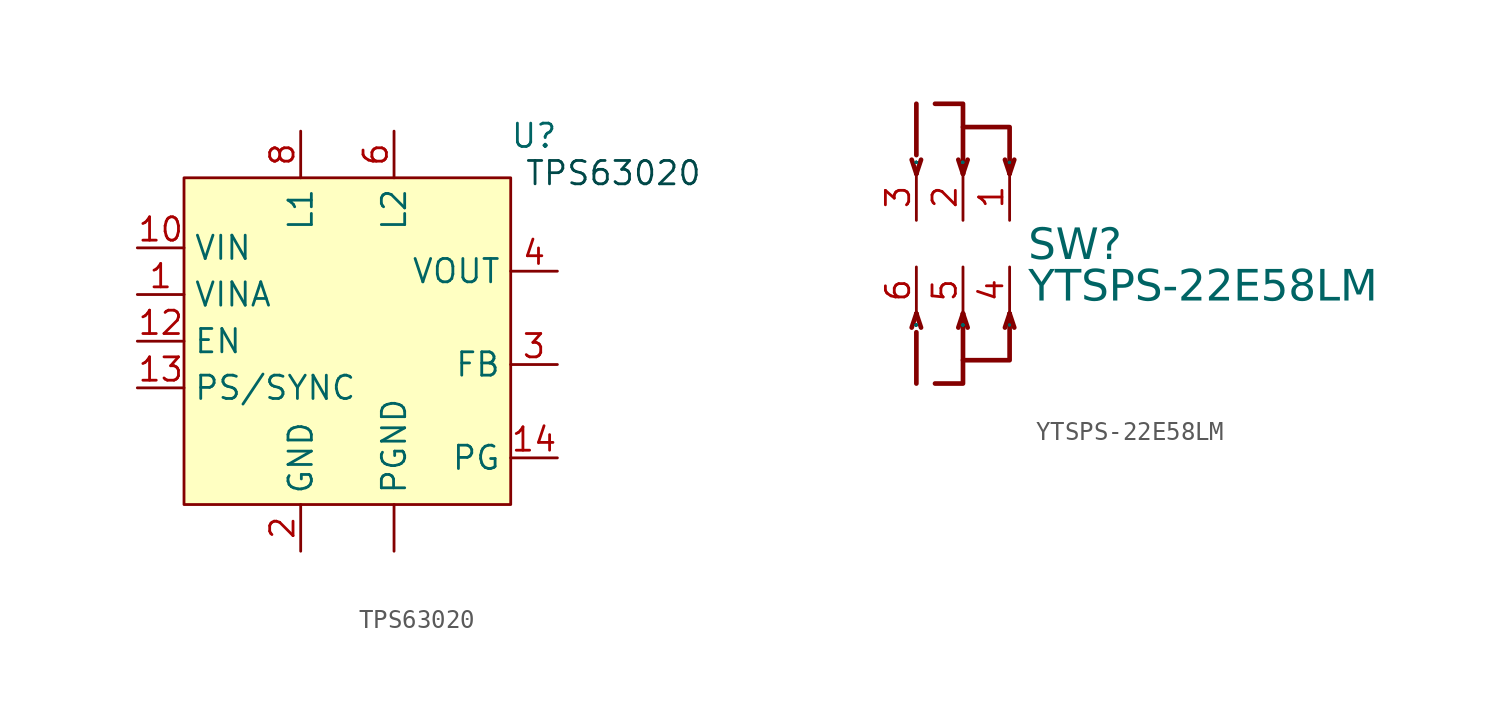
<source format=kicad_sym>
(kicad_symbol_lib
  (version 20241209)
  (generator "kicad_symbol_editor")
  (generator_version "9.0")
  (symbol "TPS63020"
    (property "Reference" "U"
      (at 10.16 11.176 0)
      (effects (font (size 1.27 1.27))))
    (property "Value" ""
      (at 0 0 0)
      (effects (font (size 1.27 1.27))))
    (symbol "TPS63020_0_1"
      (rectangle (start -8.89 8.89) (end 8.89 -8.89) (stroke (width 0) (type default)) (fill (type background))))
    (symbol "TPS63020_1_1"
      (text "TPS63020" (at 14.478 9.144 0) (effects (font (size 1.27 1.27) (color 0 72 72 1))))
      (pin passive line (at -11.43 5.08 0) (length 2.54) (name "VIN" (effects (font (size 1.27 1.27)))) (number "10" (effects (font (size 1.27 1.27)))))
      (pin passive line (at -11.43 5.08 0) (length 2.54) (hide yes) (name "VIN" (effects (font (size 1.27 1.27)))) (number "11" (effects (font (size 1.27 1.27)))))
      (pin passive line (at -11.43 2.54 0) (length 2.54) (name "VINA" (effects (font (size 1.27 1.27)))) (number "1" (effects (font (size 1.27 1.27)))))
      (pin passive line (at -11.43 0 0) (length 2.54) (name "EN" (effects (font (size 1.27 1.27)))) (number "12" (effects (font (size 1.27 1.27)))))
      (pin passive line (at -11.43 -2.54 0) (length 2.54) (name "PS/SYNC" (effects (font (size 1.27 1.27)))) (number "13" (effects (font (size 1.27 1.27)))))
      (pin passive line (at -2.54 11.43 270) (length 2.54) (name "L1" (effects (font (size 1.27 1.27)))) (number "8" (effects (font (size 1.27 1.27)))))
      (pin passive line (at -2.54 11.43 270) (length 2.54) (hide yes) (name "L1" (effects (font (size 1.27 1.27)))) (number "9" (effects (font (size 1.27 1.27)))))
      (pin passive line (at -2.54 -11.43 90) (length 2.54) (name "GND" (effects (font (size 1.27 1.27)))) (number "2" (effects (font (size 1.27 1.27)))))
      (pin passive line (at 2.54 11.43 270) (length 2.54) (name "L2" (effects (font (size 1.27 1.27)))) (number "6" (effects (font (size 1.27 1.27)))))
      (pin passive line (at 2.54 11.43 270) (length 2.54) (hide yes) (name "L2" (effects (font (size 1.27 1.27)))) (number "7" (effects (font (size 1.27 1.27)))))
      (pin passive line (at 2.54 -11.43 90) (length 2.54) (name "PGND" (effects (font (size 1.27 1.27)))) (number "" (effects (font (size 1.27 1.27)))))
      (pin passive line (at 11.43 3.81 180) (length 2.54) (name "VOUT" (effects (font (size 1.27 1.27)))) (number "4" (effects (font (size 1.27 1.27)))))
      (pin passive line (at 11.43 3.81 180) (length 2.54) (hide yes) (name "VOUT" (effects (font (size 1.27 1.27)))) (number "5" (effects (font (size 1.27 1.27)))))
      (pin passive line (at 11.43 -1.27 180) (length 2.54) (name "FB" (effects (font (size 1.27 1.27)))) (number "3" (effects (font (size 1.27 1.27)))))
      (pin passive line (at 11.43 -6.35 180) (length 2.54) (name "PG" (effects (font (size 1.27 1.27)))) (number "14" (effects (font (size 1.27 1.27)))))))
  (symbol "YTSPS-22E58LM"
    (property "Reference" "SW"
      (at 3.556 2.121 0)
      (effects (font (face "Arial") (size 1.689 1.689)) (justify left top)))
    (property "Value" "YTSPS-22E58LM"
      (at 3.556 -0.14 0)
      (effects (font (face "Arial") (size 1.689 1.689)) (justify left top)))
    (symbol "YTSPS-22E58LM_0_0"
      (polyline (pts (xy -2.54 5.08) (xy -2.794 5.842)) (stroke (width 0.254) (type solid)) (fill (type none)))
      (polyline (pts (xy -2.54 5.08) (xy -2.286 5.842)) (stroke (width 0.254) (type solid)) (fill (type none)))
      (polyline (pts (xy -2.54 -2.54) (xy -2.794 -3.302)) (stroke (width 0.254) (type solid)) (fill (type none)))
      (polyline (pts (xy -2.54 -2.54) (xy -2.286 -3.302)) (stroke (width 0.254) (type solid)) (fill (type none)))
      (polyline (pts (xy 0 7.62) (xy 0 8.89) (xy -2.54 8.89) (xy -2.54 5.08)) (stroke (width 0.254) (type dash)) (fill (type none)))
      (polyline (pts (xy 0 5.08) (xy -0.254 5.842)) (stroke (width 0.254) (type solid)) (fill (type none)))
      (polyline (pts (xy 0 5.08) (xy 0.254 5.842)) (stroke (width 0.254) (type solid)) (fill (type none)))
      (polyline (pts (xy 0 -2.54) (xy -0.254 -3.302)) (stroke (width 0.254) (type solid)) (fill (type none)))
      (polyline (pts (xy 0 -2.54) (xy 0.254 -3.302)) (stroke (width 0.254) (type solid)) (fill (type none)))
      (polyline (pts (xy 0 -5.08) (xy 0 -6.35) (xy -2.54 -6.35) (xy -2.54 -2.54)) (stroke (width 0.254) (type dash)) (fill (type none)))
      (polyline (pts (xy 2.54 5.08) (xy 2.286 5.842)) (stroke (width 0.254) (type solid)) (fill (type none)))
      (polyline (pts (xy 2.54 5.08) (xy 2.794 5.842)) (stroke (width 0.254) (type solid)) (fill (type none)))
      (polyline (pts (xy 2.54 5.08) (xy 2.54 7.62) (xy 0 7.62) (xy 0 5.08)) (stroke (width 0.254) (type solid)) (fill (type none)))
      (polyline (pts (xy 2.54 -2.54) (xy 2.286 -3.302)) (stroke (width 0.254) (type solid)) (fill (type none)))
      (polyline (pts (xy 2.54 -2.54) (xy 2.794 -3.302)) (stroke (width 0.254) (type solid)) (fill (type none)))
      (polyline (pts (xy 2.54 -2.54) (xy 2.54 -5.08) (xy 0 -5.08) (xy 0 -2.54)) (stroke (width 0.254) (type solid)) (fill (type none)))
      (pin passive line (at -2.54 2.54 90) (length 2.54) (name "3" (effects (font (size 0.025 0.025)))) (number "3" (effects (font (size 1.27 1.27)))))
      (pin passive line (at -2.54 0 270) (length 2.54) (name "6" (effects (font (size 0.025 0.025)))) (number "6" (effects (font (size 1.27 1.27)))))
      (pin passive line (at 0 2.54 90) (length 2.54) (name "2" (effects (font (size 0.025 0.025)))) (number "2" (effects (font (size 1.27 1.27)))))
      (pin passive line (at 0 0 270) (length 2.54) (name "5" (effects (font (size 0.025 0.025)))) (number "5" (effects (font (size 1.27 1.27)))))
      (pin passive line (at 2.54 2.54 90) (length 2.54) (name "1" (effects (font (size 0.025 0.025)))) (number "1" (effects (font (size 1.27 1.27)))))
      (pin passive line (at 2.54 0 270) (length 2.54) (name "4" (effects (font (size 0.025 0.025)))) (number "4" (effects (font (size 1.27 1.27))))))))
</source>
